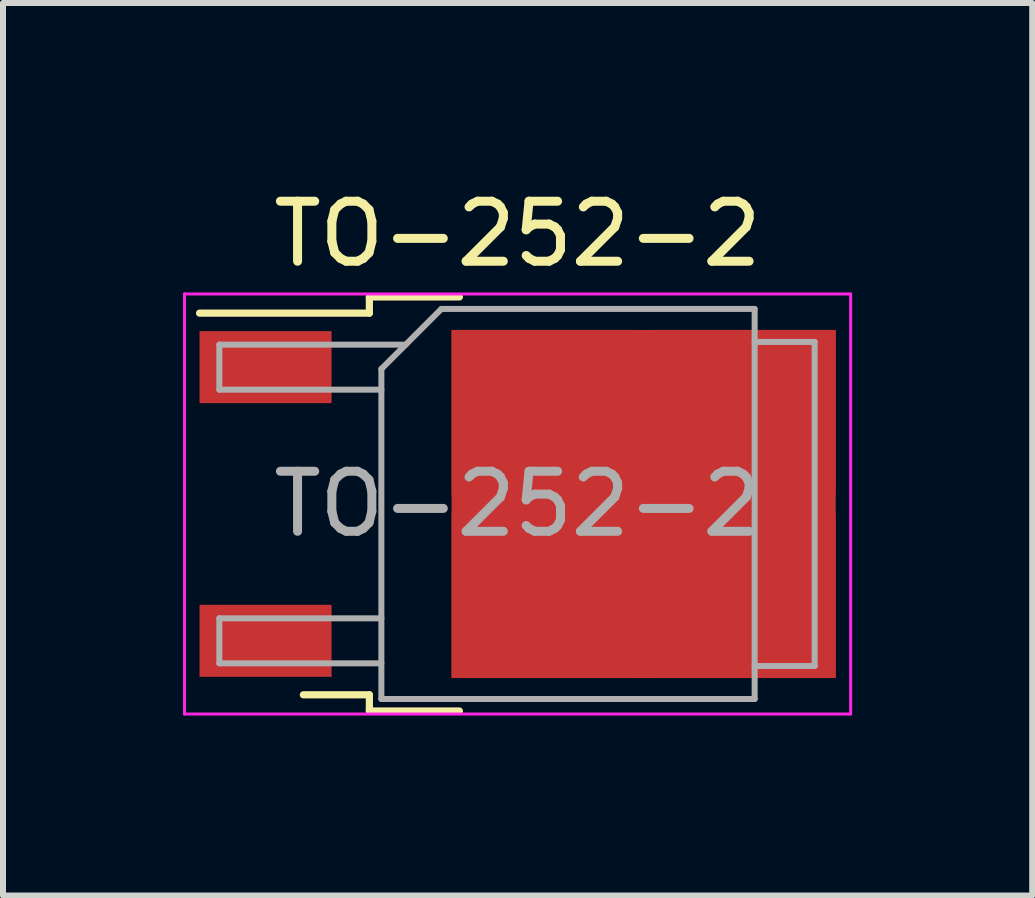
<source format=kicad_pcb>
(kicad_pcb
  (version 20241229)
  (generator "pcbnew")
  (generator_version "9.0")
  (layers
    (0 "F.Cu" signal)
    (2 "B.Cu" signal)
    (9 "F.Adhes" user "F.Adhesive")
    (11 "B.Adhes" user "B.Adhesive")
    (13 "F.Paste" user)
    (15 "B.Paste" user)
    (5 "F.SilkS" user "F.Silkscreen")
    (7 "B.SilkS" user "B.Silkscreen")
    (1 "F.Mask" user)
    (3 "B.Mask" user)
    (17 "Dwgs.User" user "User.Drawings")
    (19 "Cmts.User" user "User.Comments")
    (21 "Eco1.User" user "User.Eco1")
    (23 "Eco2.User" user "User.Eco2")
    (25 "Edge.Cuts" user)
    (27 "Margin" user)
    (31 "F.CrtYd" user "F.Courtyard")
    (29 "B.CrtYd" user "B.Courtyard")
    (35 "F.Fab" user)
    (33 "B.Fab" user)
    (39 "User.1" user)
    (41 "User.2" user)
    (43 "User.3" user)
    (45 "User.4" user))
  (footprint "TO-252-2"
    (layer "F.Cu")
    (at 5.575 5.348)
    (property "Reference" "TO-252-2" (at 0 -4.5 0) (layer "F.SilkS") (effects (font (size 1 1) (thickness 0.15))))
    (attr smd)
    (fp_line (start -2.47 -3.45) (end -2.47 -3.18) (stroke (width 0.12) (type solid)) (layer "F.SilkS"))
    (fp_line (start -2.47 -3.18) (end -5.3 -3.18) (stroke (width 0.12) (type solid)) (layer "F.SilkS"))
    (fp_line (start -2.47 3.18) (end -3.57 3.18) (stroke (width 0.12) (type solid)) (layer "F.SilkS"))
    (fp_line (start -2.47 3.45) (end -2.47 3.18) (stroke (width 0.12) (type solid)) (layer "F.SilkS"))
    (fp_line (start -0.97 -3.45) (end -2.47 -3.45) (stroke (width 0.12) (type solid)) (layer "F.SilkS"))
    (fp_line (start -0.97 3.45) (end -2.47 3.45) (stroke (width 0.12) (type solid)) (layer "F.SilkS"))
    (fp_line (start -5.55 -3.5) (end -5.55 3.5) (stroke (width 0.05) (type solid)) (layer "F.CrtYd"))
    (fp_line (start -5.55 3.5) (end 5.55 3.5) (stroke (width 0.05) (type solid)) (layer "F.CrtYd"))
    (fp_line (start 5.55 -3.5) (end -5.55 -3.5) (stroke (width 0.05) (type solid)) (layer "F.CrtYd"))
    (fp_line (start 5.55 3.5) (end 5.55 -3.5) (stroke (width 0.05) (type solid)) (layer "F.CrtYd"))
    (fp_line (start -4.97 -2.655) (end -4.97 -1.905) (stroke (width 0.1) (type solid)) (layer "F.Fab"))
    (fp_line (start -4.97 -1.905) (end -2.27 -1.905) (stroke (width 0.1) (type solid)) (layer "F.Fab"))
    (fp_line (start -4.97 1.905) (end -4.97 2.655) (stroke (width 0.1) (type solid)) (layer "F.Fab"))
    (fp_line (start -4.97 2.655) (end -2.27 2.655) (stroke (width 0.1) (type solid)) (layer "F.Fab"))
    (fp_line (start -2.27 -2.25) (end -1.27 -3.25) (stroke (width 0.1) (type solid)) (layer "F.Fab"))
    (fp_line (start -2.27 1.905) (end -4.97 1.905) (stroke (width 0.1) (type solid)) (layer "F.Fab"))
    (fp_line (start -2.27 3.25) (end -2.27 -2.25) (stroke (width 0.1) (type solid)) (layer "F.Fab"))
    (fp_line (start -1.865 -2.655) (end -4.97 -2.655) (stroke (width 0.1) (type solid)) (layer "F.Fab"))
    (fp_line (start -1.27 -3.25) (end 3.95 -3.25) (stroke (width 0.1) (type solid)) (layer "F.Fab"))
    (fp_line (start 3.95 -3.25) (end 3.95 3.25) (stroke (width 0.1) (type solid)) (layer "F.Fab"))
    (fp_line (start 3.95 -2.7) (end 4.95 -2.7) (stroke (width 0.1) (type solid)) (layer "F.Fab"))
    (fp_line (start 3.95 3.25) (end -2.27 3.25) (stroke (width 0.1) (type solid)) (layer "F.Fab"))
    (fp_line (start 4.95 -2.7) (end 4.95 2.7) (stroke (width 0.1) (type solid)) (layer "F.Fab"))
    (fp_line (start 4.95 2.7) (end 3.95 2.7) (stroke (width 0.1) (type solid)) (layer "F.Fab"))
    (fp_text user "${REFERENCE}" (at 0 0 0) (layer "F.Fab") (effects (font (size 1 1) (thickness 0.15))))
    (pad "1" smd rect (at -4.2 -2.28) (size 2.2 1.2) (layers "F.Cu" "F.Mask" "F.Paste"))
    (pad "2" smd rect (at 0.425 -1.525) (size 3.05 2.75) (layers "F.Cu" "F.Paste"))
    (pad "2" smd rect (at 0.425 1.525) (size 3.05 2.75) (layers "F.Cu" "F.Paste"))
    (pad "2" smd rect (at 2.1 0) (size 6.4 5.8) (layers "F.Cu" "F.Mask"))
    (pad "2" smd rect (at 3.775 -1.525) (size 3.05 2.75) (layers "F.Cu" "F.Paste"))
    (pad "2" smd rect (at 3.775 1.525) (size 3.05 2.75) (layers "F.Cu" "F.Paste"))
    (pad "3" smd rect (at -4.2 2.28) (size 2.2 1.2) (layers "F.Cu" "F.Mask" "F.Paste")))
  (gr_rect
    (start -3 -3)
    (end 14.15 11.873)
    (stroke (width 0.1) (type default))
    (fill no)
    (layer "Edge.Cuts")))
</source>
